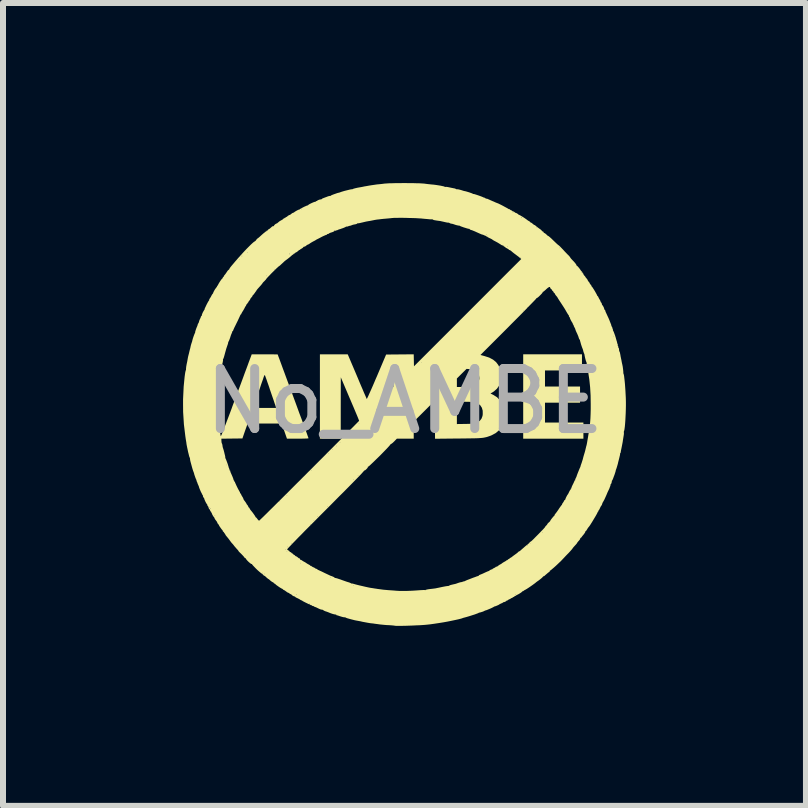
<source format=kicad_pcb>
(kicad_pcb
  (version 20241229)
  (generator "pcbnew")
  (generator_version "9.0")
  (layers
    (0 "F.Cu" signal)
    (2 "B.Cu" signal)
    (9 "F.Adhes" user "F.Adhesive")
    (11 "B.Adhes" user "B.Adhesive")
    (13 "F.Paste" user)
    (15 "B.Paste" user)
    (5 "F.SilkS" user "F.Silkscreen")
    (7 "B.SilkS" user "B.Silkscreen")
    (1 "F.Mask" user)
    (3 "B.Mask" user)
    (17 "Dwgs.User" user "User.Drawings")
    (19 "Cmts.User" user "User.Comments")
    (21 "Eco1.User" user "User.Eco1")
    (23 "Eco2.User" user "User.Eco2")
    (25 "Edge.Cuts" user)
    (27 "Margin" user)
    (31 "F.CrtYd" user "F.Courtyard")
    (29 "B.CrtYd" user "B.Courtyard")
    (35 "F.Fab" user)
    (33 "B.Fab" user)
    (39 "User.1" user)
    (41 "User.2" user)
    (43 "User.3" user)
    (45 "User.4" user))
  (footprint "No_AMBE"
    (layer "F.Cu")
    (at 3.693 3.635)
    (property "Reference" "No_AMBE" (at 0 0 0) (unlocked yes) (layer "F.SilkS") (effects (font (size 1 1) (thickness 0.1))))
    (attr exclude_from_pos_files exclude_from_bom)
    (fp_poly (pts (xy 2.953 -0.647) (xy 2.953 -0.513) (xy 2.645 -0.513) (xy 2.337 -0.513) (xy 2.337 -0.379) (xy 2.337 -0.245) (xy 2.629 -0.245) (xy 2.921 -0.245) (xy 2.921 -0.111) (xy 2.921 0.024) (xy 2.629 0.024) (xy 2.337 0.024) (xy 2.337 0.189) (xy 2.337 0.355) (xy 2.657 0.355) (xy 2.977 0.355) (xy 2.977 0.49) (xy 2.977 0.624) (xy 2.475 0.624) (xy 1.974 0.624) (xy 1.974 -0.079) (xy 1.974 -0.782) (xy 2.463 -0.782) (xy 2.953 -0.782)) (stroke (width 0) (type solid)) (fill yes) (layer "F.SilkS"))
    (fp_poly (pts (xy 0.063 -3.634) (xy 0.131 -3.634) (xy 0.194 -3.632) (xy 0.25 -3.631) (xy 0.295 -3.628) (xy 0.328 -3.626) (xy 0.332 -3.625) (xy 0.369 -3.62) (xy 0.405 -3.616) (xy 0.434 -3.613) (xy 0.442 -3.612) (xy 0.478 -3.609) (xy 0.517 -3.604) (xy 0.557 -3.598) (xy 0.594 -3.592) (xy 0.627 -3.585) (xy 0.65 -3.58) (xy 0.662 -3.576) (xy 0.663 -3.575) (xy 0.67 -3.57) (xy 0.679 -3.571) (xy 0.695 -3.572) (xy 0.72 -3.568) (xy 0.74 -3.564) (xy 0.772 -3.557) (xy 0.803 -3.551) (xy 0.817 -3.548) (xy 0.838 -3.544) (xy 0.852 -3.537) (xy 0.854 -3.536) (xy 0.863 -3.531) (xy 0.867 -3.532) (xy 0.878 -3.532) (xy 0.899 -3.529) (xy 0.926 -3.522) (xy 0.954 -3.514) (xy 0.971 -3.508) (xy 0.989 -3.503) (xy 0.999 -3.501) (xy 1.018 -3.497) (xy 1.045 -3.489) (xy 1.075 -3.48) (xy 1.103 -3.47) (xy 1.125 -3.462) (xy 1.135 -3.456) (xy 1.143 -3.452) (xy 1.145 -3.453) (xy 1.152 -3.453) (xy 1.17 -3.448) (xy 1.195 -3.44) (xy 1.225 -3.43) (xy 1.256 -3.419) (xy 1.283 -3.409) (xy 1.304 -3.4) (xy 1.315 -3.395) (xy 1.315 -3.394) (xy 1.326 -3.391) (xy 1.329 -3.393) (xy 1.334 -3.392) (xy 1.334 -3.388) (xy 1.339 -3.382) (xy 1.342 -3.383) (xy 1.35 -3.382) (xy 1.35 -3.379) (xy 1.355 -3.374) (xy 1.357 -3.375) (xy 1.369 -3.375) (xy 1.386 -3.369) (xy 1.387 -3.368) (xy 1.41 -3.358) (xy 1.436 -3.346) (xy 1.437 -3.346) (xy 1.461 -3.335) (xy 1.491 -3.323) (xy 1.502 -3.317) (xy 1.524 -3.308) (xy 1.539 -3.302) (xy 1.544 -3.3) (xy 1.554 -3.297) (xy 1.574 -3.287) (xy 1.601 -3.274) (xy 1.632 -3.258) (xy 1.663 -3.241) (xy 1.691 -3.226) (xy 1.713 -3.214) (xy 1.724 -3.207) (xy 1.725 -3.206) (xy 1.734 -3.201) (xy 1.737 -3.201) (xy 1.746 -3.2) (xy 1.753 -3.194) (xy 1.766 -3.184) (xy 1.773 -3.182) (xy 1.786 -3.176) (xy 1.792 -3.17) (xy 1.803 -3.162) (xy 1.808 -3.162) (xy 1.817 -3.16) (xy 1.831 -3.15) (xy 1.842 -3.14) (xy 1.848 -3.139) (xy 1.848 -3.139) (xy 1.853 -3.138) (xy 1.868 -3.131) (xy 1.871 -3.129) (xy 1.887 -3.119) (xy 1.895 -3.111) (xy 1.895 -3.11) (xy 1.901 -3.106) (xy 1.905 -3.106) (xy 1.915 -3.101) (xy 1.934 -3.091) (xy 1.959 -3.076) (xy 1.986 -3.059) (xy 2.011 -3.042) (xy 2.032 -3.027) (xy 2.044 -3.018) (xy 2.045 -3.017) (xy 2.054 -3.01) (xy 2.071 -3.001) (xy 2.086 -2.991) (xy 2.092 -2.983) (xy 2.092 -2.983) (xy 2.098 -2.977) (xy 2.101 -2.977) (xy 2.113 -2.972) (xy 2.12 -2.967) (xy 2.141 -2.949) (xy 2.154 -2.939) (xy 2.161 -2.937) (xy 2.171 -2.932) (xy 2.186 -2.92) (xy 2.192 -2.915) (xy 2.214 -2.897) (xy 2.24 -2.878) (xy 2.249 -2.872) (xy 2.268 -2.858) (xy 2.28 -2.847) (xy 2.282 -2.843) (xy 2.288 -2.836) (xy 2.298 -2.832) (xy 2.31 -2.824) (xy 2.313 -2.816) (xy 2.319 -2.805) (xy 2.325 -2.803) (xy 2.337 -2.798) (xy 2.354 -2.784) (xy 2.362 -2.777) (xy 2.377 -2.762) (xy 2.388 -2.754) (xy 2.39 -2.754) (xy 2.398 -2.75) (xy 2.415 -2.736) (xy 2.442 -2.712) (xy 2.476 -2.679) (xy 2.501 -2.655) (xy 2.526 -2.631) (xy 2.547 -2.612) (xy 2.561 -2.6) (xy 2.566 -2.598) (xy 2.573 -2.592) (xy 2.589 -2.577) (xy 2.61 -2.555) (xy 2.636 -2.528) (xy 2.638 -2.526) (xy 2.666 -2.495) (xy 2.693 -2.467) (xy 2.716 -2.443) (xy 2.73 -2.43) (xy 2.745 -2.413) (xy 2.755 -2.401) (xy 2.756 -2.398) (xy 2.761 -2.389) (xy 2.774 -2.373) (xy 2.785 -2.361) (xy 2.815 -2.33) (xy 2.839 -2.303) (xy 2.855 -2.281) (xy 2.862 -2.268) (xy 2.861 -2.265) (xy 2.862 -2.26) (xy 2.865 -2.26) (xy 2.873 -2.255) (xy 2.887 -2.241) (xy 2.905 -2.22) (xy 2.923 -2.196) (xy 2.933 -2.18) (xy 2.945 -2.166) (xy 2.951 -2.161) (xy 2.96 -2.148) (xy 2.961 -2.143) (xy 2.965 -2.133) (xy 2.969 -2.132) (xy 2.976 -2.125) (xy 2.977 -2.12) (xy 2.982 -2.106) (xy 2.992 -2.094) (xy 3.004 -2.082) (xy 3.008 -2.075) (xy 3.013 -2.066) (xy 3.025 -2.051) (xy 3.028 -2.048) (xy 3.041 -2.032) (xy 3.048 -2.019) (xy 3.048 -2.018) (xy 3.053 -2.007) (xy 3.065 -1.991) (xy 3.067 -1.988) (xy 3.079 -1.974) (xy 3.083 -1.965) (xy 3.083 -1.964) (xy 3.085 -1.957) (xy 3.095 -1.946) (xy 3.107 -1.932) (xy 3.111 -1.922) (xy 3.115 -1.911) (xy 3.118 -1.909) (xy 3.125 -1.902) (xy 3.137 -1.884) (xy 3.153 -1.859) (xy 3.17 -1.831) (xy 3.185 -1.804) (xy 3.198 -1.781) (xy 3.205 -1.766) (xy 3.206 -1.762) (xy 3.211 -1.753) (xy 3.213 -1.753) (xy 3.221 -1.746) (xy 3.226 -1.735) (xy 3.234 -1.717) (xy 3.247 -1.695) (xy 3.25 -1.69) (xy 3.26 -1.672) (xy 3.264 -1.659) (xy 3.264 -1.657) (xy 3.266 -1.65) (xy 3.268 -1.65) (xy 3.275 -1.644) (xy 3.282 -1.63) (xy 3.286 -1.616) (xy 3.285 -1.612) (xy 3.289 -1.605) (xy 3.291 -1.604) (xy 3.3 -1.592) (xy 3.312 -1.572) (xy 3.321 -1.551) (xy 3.324 -1.536) (xy 3.328 -1.525) (xy 3.332 -1.524) (xy 3.339 -1.519) (xy 3.339 -1.518) (xy 3.341 -1.508) (xy 3.348 -1.487) (xy 3.363 -1.455) (xy 3.384 -1.409) (xy 3.389 -1.399) (xy 3.401 -1.372) (xy 3.41 -1.351) (xy 3.414 -1.34) (xy 3.414 -1.339) (xy 3.419 -1.327) (xy 3.427 -1.307) (xy 3.429 -1.301) (xy 3.438 -1.28) (xy 3.442 -1.264) (xy 3.442 -1.261) (xy 3.448 -1.246) (xy 3.45 -1.243) (xy 3.458 -1.229) (xy 3.46 -1.22) (xy 3.465 -1.202) (xy 3.469 -1.194) (xy 3.471 -1.185) (xy 3.469 -1.184) (xy 3.468 -1.181) (xy 3.471 -1.178) (xy 3.476 -1.169) (xy 3.485 -1.149) (xy 3.495 -1.121) (xy 3.506 -1.091) (xy 3.515 -1.061) (xy 3.522 -1.035) (xy 3.525 -1.026) (xy 3.53 -1.008) (xy 3.532 -1.003) (xy 3.537 -0.985) (xy 3.539 -0.975) (xy 3.544 -0.957) (xy 3.548 -0.949) (xy 3.551 -0.936) (xy 3.549 -0.932) (xy 3.55 -0.922) (xy 3.553 -0.92) (xy 3.559 -0.909) (xy 3.558 -0.904) (xy 3.559 -0.893) (xy 3.562 -0.89) (xy 3.568 -0.882) (xy 3.571 -0.863) (xy 3.571 -0.858) (xy 3.573 -0.839) (xy 3.576 -0.829) (xy 3.577 -0.829) (xy 3.582 -0.822) (xy 3.587 -0.802) (xy 3.593 -0.772) (xy 3.597 -0.746) (xy 3.6 -0.733) (xy 3.603 -0.718) (xy 3.608 -0.695) (xy 3.612 -0.675) (xy 3.616 -0.652) (xy 3.622 -0.624) (xy 3.624 -0.617) (xy 3.632 -0.577) (xy 3.638 -0.532) (xy 3.642 -0.49) (xy 3.642 -0.478) (xy 3.644 -0.46) (xy 3.648 -0.45) (xy 3.651 -0.441) (xy 3.655 -0.418) (xy 3.659 -0.383) (xy 3.664 -0.34) (xy 3.669 -0.289) (xy 3.673 -0.234) (xy 3.677 -0.176) (xy 3.68 -0.119) (xy 3.683 -0.063) (xy 3.684 -0.036) (xy 3.685 0.015) (xy 3.685 0.072) (xy 3.684 0.132) (xy 3.682 0.194) (xy 3.679 0.256) (xy 3.676 0.315) (xy 3.672 0.37) (xy 3.668 0.417) (xy 3.663 0.455) (xy 3.659 0.482) (xy 3.654 0.495) (xy 3.654 0.495) (xy 3.65 0.51) (xy 3.651 0.519) (xy 3.652 0.535) (xy 3.65 0.56) (xy 3.647 0.577) (xy 3.642 0.609) (xy 3.637 0.64) (xy 3.635 0.652) (xy 3.632 0.675) (xy 3.626 0.707) (xy 3.619 0.743) (xy 3.616 0.759) (xy 3.609 0.793) (xy 3.603 0.821) (xy 3.6 0.841) (xy 3.599 0.847) (xy 3.596 0.861) (xy 3.592 0.865) (xy 3.587 0.873) (xy 3.588 0.876) (xy 3.588 0.885) (xy 3.584 0.906) (xy 3.577 0.934) (xy 3.576 0.94) (xy 3.568 0.971) (xy 3.561 0.999) (xy 3.556 1.017) (xy 3.556 1.019) (xy 3.551 1.041) (xy 3.543 1.069) (xy 3.535 1.096) (xy 3.528 1.119) (xy 3.523 1.132) (xy 3.523 1.133) (xy 3.517 1.147) (xy 3.516 1.155) (xy 3.512 1.172) (xy 3.504 1.198) (xy 3.494 1.228) (xy 3.482 1.259) (xy 3.472 1.287) (xy 3.463 1.308) (xy 3.457 1.319) (xy 3.457 1.319) (xy 3.45 1.328) (xy 3.45 1.329) (xy 3.45 1.343) (xy 3.445 1.361) (xy 3.439 1.376) (xy 3.433 1.382) (xy 3.429 1.386) (xy 3.429 1.388) (xy 3.429 1.398) (xy 3.424 1.416) (xy 3.422 1.419) (xy 3.415 1.438) (xy 3.411 1.45) (xy 3.41 1.451) (xy 3.406 1.462) (xy 3.399 1.476) (xy 3.389 1.497) (xy 3.377 1.522) (xy 3.375 1.528) (xy 3.359 1.566) (xy 3.342 1.604) (xy 3.327 1.637) (xy 3.313 1.663) (xy 3.304 1.678) (xy 3.303 1.68) (xy 3.295 1.694) (xy 3.289 1.713) (xy 3.283 1.73) (xy 3.278 1.737) (xy 3.278 1.737) (xy 3.272 1.744) (xy 3.262 1.761) (xy 3.253 1.781) (xy 3.242 1.804) (xy 3.232 1.819) (xy 3.227 1.824) (xy 3.224 1.829) (xy 3.225 1.832) (xy 3.225 1.839) (xy 3.222 1.84) (xy 3.215 1.844) (xy 3.215 1.846) (xy 3.212 1.855) (xy 3.201 1.877) (xy 3.182 1.911) (xy 3.155 1.956) (xy 3.122 2.011) (xy 3.103 2.041) (xy 3.09 2.062) (xy 3.079 2.078) (xy 3.076 2.082) (xy 3.059 2.103) (xy 3.048 2.118) (xy 3.038 2.136) (xy 3.036 2.138) (xy 3.026 2.155) (xy 3.016 2.163) (xy 3.015 2.163) (xy 3.009 2.167) (xy 3.011 2.169) (xy 3.009 2.177) (xy 3 2.194) (xy 2.985 2.215) (xy 2.968 2.236) (xy 2.965 2.239) (xy 2.954 2.253) (xy 2.946 2.265) (xy 2.935 2.276) (xy 2.928 2.277) (xy 2.924 2.279) (xy 2.926 2.284) (xy 2.923 2.295) (xy 2.911 2.313) (xy 2.902 2.323) (xy 2.886 2.341) (xy 2.876 2.354) (xy 2.874 2.358) (xy 2.869 2.367) (xy 2.856 2.383) (xy 2.837 2.404) (xy 2.834 2.407) (xy 2.815 2.428) (xy 2.801 2.445) (xy 2.795 2.454) (xy 2.795 2.455) (xy 2.79 2.462) (xy 2.775 2.479) (xy 2.754 2.503) (xy 2.727 2.532) (xy 2.71 2.549) (xy 2.68 2.58) (xy 2.654 2.608) (xy 2.633 2.63) (xy 2.62 2.644) (xy 2.617 2.647) (xy 2.599 2.666) (xy 2.574 2.689) (xy 2.546 2.716) (xy 2.516 2.744) (xy 2.487 2.77) (xy 2.461 2.792) (xy 2.441 2.809) (xy 2.429 2.818) (xy 2.427 2.819) (xy 2.417 2.825) (xy 2.416 2.831) (xy 2.413 2.841) (xy 2.41 2.843) (xy 2.401 2.848) (xy 2.385 2.86) (xy 2.369 2.874) (xy 2.343 2.896) (xy 2.328 2.91) (xy 2.318 2.916) (xy 2.313 2.918) (xy 2.31 2.916) (xy 2.306 2.917) (xy 2.306 2.92) (xy 2.299 2.929) (xy 2.283 2.945) (xy 2.26 2.964) (xy 2.233 2.985) (xy 2.211 3) (xy 2.192 3.014) (xy 2.173 3.03) (xy 2.154 3.044) (xy 2.128 3.063) (xy 2.098 3.084) (xy 2.067 3.105) (xy 2.038 3.124) (xy 2.013 3.139) (xy 1.996 3.148) (xy 1.991 3.15) (xy 1.982 3.156) (xy 1.982 3.159) (xy 1.977 3.164) (xy 1.974 3.162) (xy 1.965 3.164) (xy 1.961 3.169) (xy 1.95 3.179) (xy 1.931 3.193) (xy 1.907 3.208) (xy 1.884 3.221) (xy 1.869 3.227) (xy 1.858 3.234) (xy 1.855 3.239) (xy 1.851 3.243) (xy 1.848 3.242) (xy 1.838 3.243) (xy 1.832 3.249) (xy 1.82 3.259) (xy 1.814 3.261) (xy 1.803 3.266) (xy 1.795 3.273) (xy 1.783 3.281) (xy 1.776 3.28) (xy 1.769 3.281) (xy 1.769 3.284) (xy 1.762 3.292) (xy 1.749 3.297) (xy 1.73 3.305) (xy 1.721 3.313) (xy 1.71 3.32) (xy 1.705 3.32) (xy 1.698 3.32) (xy 1.698 3.323) (xy 1.691 3.33) (xy 1.676 3.339) (xy 1.659 3.346) (xy 1.647 3.348) (xy 1.646 3.348) (xy 1.638 3.352) (xy 1.63 3.359) (xy 1.617 3.367) (xy 1.61 3.367) (xy 1.603 3.368) (xy 1.603 3.371) (xy 1.598 3.377) (xy 1.595 3.375) (xy 1.588 3.375) (xy 1.587 3.377) (xy 1.58 3.383) (xy 1.564 3.393) (xy 1.542 3.403) (xy 1.52 3.412) (xy 1.503 3.418) (xy 1.495 3.419) (xy 1.487 3.423) (xy 1.485 3.425) (xy 1.477 3.43) (xy 1.457 3.44) (xy 1.432 3.452) (xy 1.403 3.464) (xy 1.377 3.475) (xy 1.356 3.483) (xy 1.346 3.485) (xy 1.334 3.49) (xy 1.319 3.497) (xy 1.304 3.505) (xy 1.299 3.506) (xy 1.292 3.508) (xy 1.277 3.513) (xy 1.277 3.513) (xy 1.257 3.519) (xy 1.245 3.521) (xy 1.23 3.526) (xy 1.227 3.529) (xy 1.218 3.533) (xy 1.196 3.541) (xy 1.167 3.552) (xy 1.132 3.563) (xy 1.095 3.575) (xy 1.059 3.586) (xy 1.028 3.595) (xy 1.006 3.601) (xy 0.999 3.603) (xy 0.979 3.608) (xy 0.971 3.611) (xy 0.942 3.621) (xy 0.899 3.632) (xy 0.845 3.644) (xy 0.783 3.657) (xy 0.714 3.671) (xy 0.642 3.684) (xy 0.567 3.696) (xy 0.494 3.707) (xy 0.423 3.717) (xy 0.367 3.723) (xy 0.335 3.726) (xy 0.294 3.729) (xy 0.245 3.732) (xy 0.191 3.734) (xy 0.134 3.737) (xy 0.076 3.739) (xy 0.019 3.741) (xy -0.033 3.742) (xy -0.08 3.743) (xy -0.119 3.743) (xy -0.147 3.742) (xy -0.163 3.741) (xy -0.166 3.74) (xy -0.175 3.738) (xy -0.196 3.736) (xy -0.227 3.733) (xy -0.261 3.731) (xy -0.305 3.729) (xy -0.35 3.725) (xy -0.39 3.721) (xy -0.411 3.719) (xy -0.453 3.713) (xy -0.484 3.709) (xy -0.507 3.706) (xy -0.525 3.703) (xy -0.543 3.701) (xy -0.557 3.7) (xy -0.586 3.696) (xy -0.626 3.689) (xy -0.669 3.681) (xy -0.711 3.673) (xy -0.734 3.667) (xy -0.757 3.663) (xy -0.778 3.659) (xy -0.801 3.655) (xy -0.832 3.649) (xy -0.867 3.64) (xy -0.902 3.631) (xy -0.934 3.622) (xy -0.959 3.615) (xy -0.975 3.609) (xy -0.978 3.607) (xy -0.987 3.602) (xy -1.001 3.6) (xy -1.021 3.598) (xy -1.049 3.591) (xy -1.088 3.579) (xy -1.113 3.57) (xy -1.127 3.567) (xy -1.131 3.568) (xy -1.137 3.563) (xy -1.137 3.561) (xy -1.144 3.555) (xy -1.156 3.553) (xy -1.176 3.55) (xy -1.205 3.542) (xy -1.237 3.531) (xy -1.259 3.522) (xy -1.276 3.515) (xy -1.3 3.506) (xy -1.317 3.501) (xy -1.339 3.492) (xy -1.354 3.484) (xy -1.358 3.48) (xy -1.363 3.475) (xy -1.364 3.475) (xy -1.374 3.474) (xy -1.384 3.472) (xy -1.396 3.47) (xy -1.413 3.464) (xy -1.437 3.453) (xy -1.451 3.446) (xy -1.474 3.435) (xy -1.492 3.428) (xy -1.498 3.427) (xy -1.507 3.423) (xy -1.508 3.42) (xy -1.515 3.415) (xy -1.526 3.413) (xy -1.541 3.409) (xy -1.546 3.403) (xy -1.553 3.398) (xy -1.555 3.399) (xy -1.565 3.397) (xy -1.575 3.391) (xy -1.584 3.383) (xy -1.587 3.383) (xy -1.593 3.382) (xy -1.61 3.375) (xy -1.626 3.367) (xy -1.595 3.367) (xy -1.591 3.371) (xy -1.587 3.367) (xy -1.591 3.364) (xy -1.595 3.367) (xy -1.626 3.367) (xy -1.632 3.364) (xy -1.657 3.352) (xy -1.68 3.34) (xy -1.698 3.331) (xy -1.705 3.325) (xy -1.716 3.319) (xy -1.721 3.317) (xy -1.737 3.31) (xy -1.745 3.304) (xy -1.759 3.295) (xy -1.782 3.284) (xy -1.79 3.28) (xy -1.81 3.271) (xy -1.822 3.263) (xy -1.824 3.26) (xy -1.829 3.254) (xy -1.83 3.254) (xy -1.841 3.252) (xy -1.857 3.245) (xy -1.872 3.236) (xy -1.879 3.229) (xy -1.879 3.229) (xy -1.883 3.225) (xy -1.808 3.225) (xy -1.804 3.229) (xy -1.8 3.225) (xy 1.84 3.225) (xy 1.844 3.229) (xy 1.848 3.225) (xy 1.844 3.221) (xy 1.84 3.225) (xy -1.8 3.225) (xy -1.804 3.221) (xy -1.808 3.225) (xy -1.883 3.225) (xy -1.886 3.222) (xy -1.901 3.214) (xy -1.903 3.213) (xy -1.919 3.205) (xy -1.926 3.197) (xy -1.927 3.196) (xy -1.931 3.192) (xy -1.933 3.193) (xy -1.943 3.191) (xy -1.96 3.181) (xy -1.975 3.17) (xy -1.996 3.155) (xy -2.012 3.145) (xy -2.019 3.143) (xy -2.028 3.137) (xy -2.029 3.135) (xy -2.035 3.127) (xy -2.037 3.127) (xy -2.048 3.122) (xy -2.066 3.112) (xy -2.09 3.097) (xy -2.114 3.08) (xy -2.132 3.067) (xy -0.861 3.067) (xy -0.857 3.071) (xy -0.853 3.067) (xy -0.857 3.063) (xy -0.861 3.067) (xy -2.132 3.067) (xy -2.136 3.065) (xy -2.151 3.052) (xy -2.155 3.047) (xy -2.162 3.04) (xy -2.166 3.04) (xy -2.179 3.033) (xy -2.182 3.028) (xy -2.192 3.017) (xy -2.197 3.016) (xy -2.208 3.011) (xy -2.226 2.998) (xy -2.235 2.991) (xy -2.252 2.976) (xy -2.263 2.966) (xy -2.266 2.965) (xy -2.276 2.959) (xy -2.294 2.945) (xy -2.307 2.933) (xy -1.24 2.933) (xy -1.236 2.937) (xy -1.232 2.933) (xy -1.236 2.929) (xy -1.24 2.933) (xy -2.307 2.933) (xy -2.315 2.925) (xy -2.317 2.923) (xy -2.332 2.911) (xy -2.344 2.906) (xy -2.344 2.906) (xy -2.352 2.901) (xy -2.353 2.899) (xy -2.359 2.891) (xy -2.374 2.878) (xy -2.374 2.878) (xy -2.345 2.878) (xy -2.341 2.882) (xy -2.337 2.878) (xy -2.341 2.874) (xy -2.345 2.878) (xy -2.374 2.878) (xy -2.382 2.872) (xy -2.396 2.862) (xy -2.369 2.862) (xy -2.365 2.866) (xy -2.361 2.862) (xy -2.365 2.858) (xy -2.369 2.862) (xy -2.396 2.862) (xy -2.401 2.858) (xy -2.426 2.837) (xy -2.453 2.813) (xy -2.48 2.787) (xy -2.505 2.761) (xy -2.526 2.739) (xy -2.54 2.723) (xy -2.544 2.715) (xy -2.547 2.711) (xy -2.55 2.712) (xy -2.559 2.71) (xy -2.576 2.698) (xy -2.578 2.696) (xy -1.737 2.696) (xy -1.733 2.7) (xy -1.729 2.696) (xy -1.733 2.692) (xy -1.737 2.696) (xy -2.578 2.696) (xy -2.596 2.681) (xy -2.616 2.662) (xy -2.634 2.642) (xy -2.645 2.627) (xy -2.648 2.619) (xy -2.648 2.615) (xy -2.651 2.616) (xy -2.661 2.614) (xy -2.67 2.604) (xy -2.68 2.59) (xy -2.698 2.57) (xy -2.721 2.546) (xy -2.727 2.54) (xy -2.748 2.52) (xy -2.761 2.507) (xy -1.966 2.507) (xy -1.962 2.511) (xy -1.958 2.507) (xy -1.962 2.503) (xy -1.966 2.507) (xy -2.761 2.507) (xy -2.763 2.504) (xy -2.77 2.496) (xy -2.77 2.495) (xy -2.772 2.49) (xy -2.782 2.477) (xy -2.784 2.475) (xy -1.99 2.475) (xy -1.986 2.479) (xy -1.982 2.475) (xy -1.986 2.471) (xy -1.99 2.475) (xy -2.784 2.475) (xy -2.792 2.467) (xy -1.958 2.467) (xy -1.952 2.478) (xy -1.942 2.483) (xy -1.926 2.494) (xy -1.918 2.504) (xy -1.909 2.514) (xy -1.902 2.514) (xy -1.894 2.516) (xy -1.89 2.522) (xy -1.881 2.533) (xy -1.875 2.534) (xy -1.864 2.541) (xy -1.86 2.546) (xy -1.85 2.557) (xy -1.845 2.558) (xy -1.832 2.565) (xy -1.829 2.57) (xy -1.819 2.58) (xy -1.813 2.582) (xy -1.801 2.587) (xy -1.784 2.599) (xy -1.782 2.601) (xy -1.768 2.613) (xy -1.761 2.617) (xy -1.761 2.616) (xy -1.756 2.616) (xy -1.749 2.621) (xy -1.741 2.633) (xy -1.742 2.639) (xy -1.742 2.644) (xy -1.739 2.642) (xy -1.728 2.643) (xy -1.712 2.652) (xy -1.695 2.664) (xy -1.682 2.671) (xy -1.665 2.68) (xy -1.647 2.691) (xy -1.635 2.7) (xy -1.634 2.7) (xy -1.625 2.706) (xy -1.608 2.716) (xy -1.601 2.719) (xy -1.582 2.73) (xy -1.572 2.739) (xy -1.571 2.741) (xy -1.566 2.745) (xy -1.563 2.744) (xy -1.556 2.743) (xy -1.555 2.746) (xy -1.549 2.752) (xy -1.532 2.762) (xy -1.52 2.767) (xy -1.499 2.777) (xy -1.486 2.786) (xy -1.484 2.789) (xy -1.48 2.793) (xy -1.477 2.791) (xy -1.466 2.793) (xy -1.458 2.799) (xy -1.447 2.809) (xy -1.442 2.811) (xy -1.434 2.814) (xy -1.415 2.823) (xy -1.386 2.836) (xy -1.351 2.853) (xy -1.337 2.86) (xy -1.301 2.877) (xy -1.269 2.892) (xy -1.246 2.903) (xy -1.233 2.909) (xy -1.232 2.909) (xy -1.212 2.916) (xy -1.192 2.924) (xy -1.175 2.933) (xy -1.169 2.939) (xy -1.169 2.939) (xy -1.163 2.944) (xy -1.163 2.944) (xy -1.153 2.945) (xy -1.142 2.947) (xy -1.136 2.949) (xy -1.124 2.952) (xy -1.101 2.96) (xy -1.07 2.97) (xy -1.046 2.979) (xy -1.009 2.992) (xy -0.975 3.004) (xy -0.947 3.013) (xy -0.936 3.016) (xy -0.913 3.024) (xy -0.897 3.032) (xy -0.894 3.034) (xy -0.886 3.038) (xy -0.884 3.037) (xy -0.878 3.037) (xy -0.86 3.04) (xy -0.844 3.045) (xy -0.819 3.052) (xy -0.784 3.061) (xy -0.743 3.071) (xy -0.699 3.081) (xy -0.657 3.091) (xy -0.62 3.099) (xy -0.592 3.105) (xy -0.58 3.107) (xy -0.564 3.11) (xy -0.535 3.114) (xy -0.499 3.12) (xy -0.458 3.126) (xy -0.454 3.127) (xy -0.407 3.133) (xy -0.356 3.14) (xy -0.309 3.144) (xy -0.276 3.147) (xy -0.235 3.15) (xy -0.192 3.153) (xy -0.154 3.156) (xy -0.146 3.157) (xy -0.094 3.16) (xy -0.03 3.161) (xy 0.043 3.16) (xy 0.122 3.157) (xy 0.202 3.152) (xy 0.215 3.151) (xy 0.257 3.148) (xy 0.293 3.146) (xy 0.321 3.145) (xy 0.337 3.146) (xy 0.34 3.147) (xy 0.347 3.147) (xy 0.347 3.144) (xy 0.355 3.141) (xy 0.374 3.136) (xy 0.403 3.131) (xy 0.429 3.128) (xy 0.464 3.124) (xy 0.495 3.12) (xy 0.517 3.117) (xy 0.525 3.115) (xy 0.539 3.112) (xy 0.565 3.107) (xy 0.597 3.1) (xy 0.62 3.095) (xy 0.656 3.088) (xy 0.688 3.082) (xy 0.712 3.079) (xy 0.72 3.078) (xy 0.736 3.076) (xy 0.742 3.072) (xy 0.749 3.067) (xy 0.768 3.061) (xy 0.792 3.055) (xy 0.818 3.049) (xy 0.837 3.045) (xy 0.845 3.043) (xy 0.855 3.04) (xy 0.861 3.038) (xy 0.891 3.027) (xy 0.92 3.018) (xy 0.943 3.013) (xy 0.956 3.012) (xy 0.956 3.013) (xy 0.963 3.011) (xy 0.963 3.008) (xy 0.969 3.002) (xy 0.974 3.003) (xy 0.989 3.002) (xy 1 2.997) (xy 1.013 2.991) (xy 1.037 2.98) (xy 1.069 2.968) (xy 1.105 2.954) (xy 1.141 2.94) (xy 1.173 2.929) (xy 1.196 2.92) (xy 1.208 2.916) (xy 1.208 2.916) (xy 1.222 2.912) (xy 1.226 2.912) (xy 1.232 2.908) (xy 1.232 2.906) (xy 1.238 2.898) (xy 1.249 2.893) (xy 1.264 2.887) (xy 1.289 2.877) (xy 1.32 2.863) (xy 1.332 2.857) (xy 1.361 2.844) (xy 1.384 2.834) (xy 1.398 2.829) (xy 1.4 2.829) (xy 1.407 2.825) (xy 1.416 2.817) (xy 1.43 2.808) (xy 1.438 2.807) (xy 1.444 2.806) (xy 1.445 2.803) (xy 1.45 2.798) (xy 1.453 2.799) (xy 1.46 2.799) (xy 1.461 2.797) (xy 1.467 2.79) (xy 1.484 2.781) (xy 1.488 2.779) (xy 1.506 2.77) (xy 1.516 2.762) (xy 1.516 2.761) (xy 1.517 2.759) (xy 1.548 2.759) (xy 1.551 2.763) (xy 1.555 2.759) (xy 1.551 2.756) (xy 1.548 2.759) (xy 1.517 2.759) (xy 1.52 2.757) (xy 1.521 2.758) (xy 1.53 2.757) (xy 1.546 2.748) (xy 1.558 2.74) (xy 1.578 2.726) (xy 1.592 2.718) (xy 1.597 2.716) (xy 1.607 2.711) (xy 1.619 2.701) (xy 1.636 2.689) (xy 1.66 2.675) (xy 1.666 2.672) (xy 1.685 2.661) (xy 1.696 2.653) (xy 1.697 2.65) (xy 1.702 2.647) (xy 1.705 2.648) (xy 1.713 2.646) (xy 1.716 2.641) (xy 1.727 2.631) (xy 1.733 2.629) (xy 1.743 2.625) (xy 1.745 2.622) (xy 1.751 2.614) (xy 1.759 2.61) (xy 1.776 2.601) (xy 1.789 2.591) (xy 1.804 2.579) (xy 1.826 2.563) (xy 1.844 2.55) (xy 1.866 2.534) (xy 1.883 2.52) (xy 1.889 2.513) (xy 1.899 2.504) (xy 1.903 2.503) (xy 1.914 2.498) (xy 1.926 2.489) (xy 1.954 2.464) (xy 1.983 2.439) (xy 2.009 2.416) (xy 2.024 2.404) (xy 2.037 2.404) (xy 2.041 2.408) (xy 2.045 2.404) (xy 2.041 2.4) (xy 2.037 2.404) (xy 2.024 2.404) (xy 2.03 2.399) (xy 2.043 2.389) (xy 2.044 2.389) (xy 2.057 2.378) (xy 2.07 2.365) (xy 2.084 2.365) (xy 2.088 2.369) (xy 2.092 2.365) (xy 2.088 2.361) (xy 2.084 2.365) (xy 2.07 2.365) (xy 2.073 2.362) (xy 2.075 2.359) (xy 2.089 2.345) (xy 2.099 2.337) (xy 2.101 2.337) (xy 2.107 2.333) (xy 2.123 2.319) (xy 2.147 2.296) (xy 2.18 2.262) (xy 2.223 2.219) (xy 2.258 2.183) (xy 2.29 2.183) (xy 2.294 2.187) (xy 2.298 2.183) (xy 2.294 2.179) (xy 2.29 2.183) (xy 2.258 2.183) (xy 2.276 2.164) (xy 2.302 2.138) (xy 2.321 2.117) (xy 2.335 2.101) (xy 2.34 2.093) (xy 2.34 2.092) (xy 2.342 2.088) (xy 2.352 2.076) (xy 2.356 2.073) (xy 2.37 2.058) (xy 2.376 2.048) (xy 2.377 2.046) (xy 2.382 2.037) (xy 2.396 2.023) (xy 2.401 2.019) (xy 2.416 2.005) (xy 2.424 1.996) (xy 2.424 1.994) (xy 2.428 1.985) (xy 2.439 1.969) (xy 2.454 1.949) (xy 2.47 1.93) (xy 2.482 1.916) (xy 2.489 1.911) (xy 2.495 1.904) (xy 2.495 1.901) (xy 2.5 1.888) (xy 2.512 1.872) (xy 2.513 1.871) (xy 2.525 1.856) (xy 2.543 1.831) (xy 2.563 1.802) (xy 2.569 1.792) (xy 2.587 1.766) (xy 2.602 1.745) (xy 2.612 1.732) (xy 2.615 1.73) (xy 2.621 1.721) (xy 2.621 1.718) (xy 2.626 1.705) (xy 2.637 1.69) (xy 2.648 1.674) (xy 2.653 1.662) (xy 2.659 1.651) (xy 2.665 1.647) (xy 2.674 1.64) (xy 2.675 1.637) (xy 2.678 1.627) (xy 2.685 1.609) (xy 2.696 1.587) (xy 2.706 1.568) (xy 2.714 1.556) (xy 2.715 1.555) (xy 2.721 1.547) (xy 2.731 1.528) (xy 2.739 1.51) (xy 2.751 1.488) (xy 2.76 1.473) (xy 2.765 1.469) (xy 2.769 1.464) (xy 2.767 1.461) (xy 2.769 1.453) (xy 2.772 1.453) (xy 2.778 1.45) (xy 2.777 1.448) (xy 2.778 1.439) (xy 2.785 1.42) (xy 2.797 1.394) (xy 2.801 1.387) (xy 2.814 1.36) (xy 2.824 1.338) (xy 2.828 1.326) (xy 2.828 1.324) (xy 2.833 1.319) (xy 2.836 1.319) (xy 2.841 1.316) (xy 2.84 1.314) (xy 2.84 1.304) (xy 2.847 1.287) (xy 2.848 1.284) (xy 2.857 1.267) (xy 2.862 1.256) (xy 2.862 1.255) (xy 2.865 1.245) (xy 2.872 1.225) (xy 2.882 1.199) (xy 2.894 1.169) (xy 2.905 1.142) (xy 2.914 1.12) (xy 2.92 1.107) (xy 2.921 1.105) (xy 2.926 1.095) (xy 2.928 1.087) (xy 2.933 1.068) (xy 2.939 1.051) (xy 2.946 1.032) (xy 2.95 1.02) (xy 2.955 1.004) (xy 2.957 0.996) (xy 2.964 0.977) (xy 2.966 0.968) (xy 2.97 0.954) (xy 2.976 0.929) (xy 2.985 0.898) (xy 2.989 0.885) (xy 2.999 0.852) (xy 3.007 0.823) (xy 3.012 0.802) (xy 3.013 0.797) (xy 3.018 0.777) (xy 3.024 0.751) (xy 3.026 0.746) (xy 3.032 0.722) (xy 3.036 0.702) (xy 3.036 0.699) (xy 3.039 0.686) (xy 3.043 0.66) (xy 3.049 0.626) (xy 3.056 0.585) (xy 3.059 0.565) (xy 3.072 0.489) (xy 3.081 0.42) (xy 3.089 0.354) (xy 3.094 0.285) (xy 3.097 0.212) (xy 3.099 0.129) (xy 3.099 0.051) (xy 3.097 -0.097) (xy 3.089 -0.233) (xy 3.076 -0.358) (xy 3.058 -0.477) (xy 3.055 -0.492) (xy 3.052 -0.515) (xy 3.051 -0.533) (xy 3.052 -0.537) (xy 3.05 -0.547) (xy 3.048 -0.548) (xy 3.042 -0.559) (xy 3.041 -0.567) (xy 3.039 -0.584) (xy 3.036 -0.604) (xy 3.032 -0.625) (xy 3.031 -0.64) (xy 3.026 -0.655) (xy 3.024 -0.659) (xy 3.019 -0.671) (xy 3.013 -0.693) (xy 3.006 -0.72) (xy 3 -0.747) (xy 2.996 -0.769) (xy 2.996 -0.769) (xy 2.994 -0.783) (xy 2.992 -0.788) (xy 2.989 -0.795) (xy 2.984 -0.807) (xy 2.982 -0.813) (xy 2.976 -0.831) (xy 2.974 -0.841) (xy 2.969 -0.86) (xy 2.966 -0.869) (xy 2.957 -0.891) (xy 2.947 -0.919) (xy 2.937 -0.95) (xy 2.929 -0.98) (xy 2.922 -1.004) (xy 2.919 -1.019) (xy 2.919 -1.022) (xy 2.918 -1.026) (xy 2.915 -1.026) (xy 2.908 -1.033) (xy 2.902 -1.05) (xy 2.901 -1.052) (xy 2.895 -1.072) (xy 2.89 -1.086) (xy 3.474 -1.086) (xy 3.478 -1.082) (xy 3.482 -1.086) (xy 3.478 -1.09) (xy 3.474 -1.086) (xy 2.89 -1.086) (xy 2.884 -1.1) (xy 2.871 -1.131) (xy 2.869 -1.134) (xy 2.856 -1.162) (xy 2.847 -1.184) (xy 2.843 -1.198) (xy 2.842 -1.199) (xy 2.839 -1.21) (xy 2.829 -1.229) (xy 2.826 -1.235) (xy 2.817 -1.252) (xy 2.814 -1.262) (xy 2.815 -1.263) (xy 2.814 -1.268) (xy 2.807 -1.276) (xy 2.799 -1.288) (xy 2.799 -1.295) (xy 2.798 -1.303) (xy 2.797 -1.304) (xy 2.79 -1.311) (xy 2.78 -1.328) (xy 2.769 -1.348) (xy 2.759 -1.368) (xy 2.753 -1.383) (xy 2.752 -1.39) (xy 2.752 -1.39) (xy 2.751 -1.394) (xy 2.744 -1.402) (xy 2.736 -1.414) (xy 2.736 -1.421) (xy 2.735 -1.43) (xy 2.733 -1.43) (xy 2.727 -1.438) (xy 2.715 -1.456) (xy 2.7 -1.481) (xy 2.696 -1.488) (xy 2.68 -1.516) (xy 2.678 -1.52) (xy 2.732 -1.52) (xy 2.736 -1.516) (xy 2.74 -1.52) (xy 2.736 -1.524) (xy 2.732 -1.52) (xy 2.678 -1.52) (xy 2.658 -1.553) (xy 2.632 -1.593) (xy 2.606 -1.633) (xy 2.604 -1.636) (xy 2.582 -1.669) (xy 2.564 -1.697) (xy 2.551 -1.718) (xy 2.545 -1.728) (xy 2.545 -1.729) (xy 2.543 -1.734) (xy 2.532 -1.747) (xy 2.526 -1.754) (xy 2.512 -1.771) (xy 2.504 -1.785) (xy 2.503 -1.788) (xy 2.497 -1.8) (xy 2.491 -1.803) (xy 2.481 -1.813) (xy 2.479 -1.819) (xy 2.473 -1.831) (xy 2.467 -1.835) (xy 2.457 -1.844) (xy 2.456 -1.849) (xy 2.449 -1.861) (xy 2.44 -1.869) (xy 2.427 -1.881) (xy 2.424 -1.89) (xy 2.42 -1.903) (xy 2.407 -1.903) (xy 2.385 -1.89) (xy 2.356 -1.865) (xy 2.355 -1.863) (xy 2.332 -1.843) (xy 2.314 -1.828) (xy 2.303 -1.822) (xy 2.301 -1.822) (xy 2.298 -1.823) (xy 2.3 -1.82) (xy 2.297 -1.811) (xy 2.285 -1.795) (xy 2.267 -1.776) (xy 2.247 -1.756) (xy 2.227 -1.737) (xy 2.21 -1.724) (xy 2.2 -1.719) (xy 2.199 -1.72) (xy 2.196 -1.72) (xy 2.196 -1.717) (xy 2.191 -1.71) (xy 2.176 -1.693) (xy 2.151 -1.667) (xy 2.117 -1.632) (xy 2.075 -1.589) (xy 2.027 -1.539) (xy 1.972 -1.483) (xy 1.911 -1.421) (xy 1.846 -1.356) (xy 1.776 -1.286) (xy 1.731 -1.24) (xy 1.262 -0.771) (xy 1.331 -0.752) (xy 1.408 -0.727) (xy 1.472 -0.693) (xy 1.522 -0.652) (xy 1.56 -0.602) (xy 1.586 -0.543) (xy 1.601 -0.474) (xy 1.602 -0.471) (xy 1.605 -0.393) (xy 1.595 -0.323) (xy 1.573 -0.261) (xy 1.537 -0.209) (xy 1.488 -0.165) (xy 1.462 -0.148) (xy 1.429 -0.129) (xy 1.479 -0.104) (xy 1.538 -0.067) (xy 1.586 -0.018) (xy 1.623 0.039) (xy 1.649 0.105) (xy 1.662 0.178) (xy 1.663 0.255) (xy 1.66 0.287) (xy 1.642 0.363) (xy 1.612 0.428) (xy 1.571 0.484) (xy 1.517 0.53) (xy 1.45 0.566) (xy 1.426 0.576) (xy 1.4 0.585) (xy 1.377 0.593) (xy 1.355 0.599) (xy 1.331 0.604) (xy 1.305 0.609) (xy 1.274 0.612) (xy 1.238 0.615) (xy 1.194 0.617) (xy 1.142 0.618) (xy 1.078 0.619) (xy 1.003 0.62) (xy 0.913 0.621) (xy 0.89 0.621) (xy 0.505 0.625) (xy 0.503 0.307) (xy 0.501 0.006) (xy 0.869 0.006) (xy 0.869 0.193) (xy 0.869 0.38) (xy 1.017 0.378) (xy 1.069 0.377) (xy 1.108 0.375) (xy 1.137 0.374) (xy 1.158 0.371) (xy 1.175 0.368) (xy 1.19 0.362) (xy 1.205 0.355) (xy 1.21 0.353) (xy 1.251 0.326) (xy 1.279 0.29) (xy 1.296 0.245) (xy 1.3 0.215) (xy 1.299 0.157) (xy 1.285 0.108) (xy 1.259 0.068) (xy 1.22 0.037) (xy 1.212 0.032) (xy 1.197 0.025) (xy 1.184 0.02) (xy 1.168 0.016) (xy 1.147 0.014) (xy 1.119 0.012) (xy 1.081 0.01) (xy 1.031 0.009) (xy 1.021 0.009) (xy 0.869 0.006) (xy 0.501 0.006) (xy 0.501 -0.01) (xy 0.326 0.165) (xy 0.15 0.34) (xy 0.15 0.482) (xy 0.15 0.624) (xy 0.01 0.624) (xy -0.131 0.624) (xy -0.177 0.671) (xy -0.199 0.692) (xy -0.218 0.707) (xy -0.23 0.713) (xy -0.232 0.713) (xy -0.236 0.712) (xy -0.235 0.715) (xy -0.238 0.722) (xy -0.252 0.738) (xy -0.274 0.763) (xy -0.302 0.793) (xy -0.336 0.828) (xy -0.373 0.866) (xy -0.412 0.906) (xy -0.452 0.945) (xy -0.491 0.983) (xy -0.526 1.017) (xy -0.558 1.047) (xy -0.583 1.071) (xy -0.602 1.086) (xy -0.611 1.092) (xy -0.611 1.092) (xy -0.616 1.091) (xy -0.614 1.094) (xy -0.615 1.103) (xy -0.625 1.117) (xy -0.64 1.133) (xy -0.656 1.147) (xy -0.669 1.155) (xy -0.674 1.155) (xy -0.679 1.154) (xy -0.677 1.157) (xy -0.681 1.163) (xy -0.696 1.18) (xy -0.719 1.206) (xy -0.751 1.24) (xy -0.79 1.28) (xy -0.835 1.326) (xy -0.885 1.377) (xy -0.939 1.432) (xy -0.955 1.448) (xy -1.015 1.509) (xy -1.085 1.578) (xy -1.161 1.655) (xy -1.241 1.736) (xy -1.324 1.819) (xy -1.407 1.902) (xy -1.487 1.983) (xy -1.564 2.06) (xy -1.598 2.094) (xy -1.661 2.157) (xy -1.719 2.217) (xy -1.774 2.272) (xy -1.823 2.323) (xy -1.866 2.367) (xy -1.902 2.405) (xy -1.93 2.434) (xy -1.949 2.455) (xy -1.958 2.466) (xy -1.958 2.467) (xy -2.792 2.467) (xy -2.794 2.465) (xy -2.815 2.441) (xy -2.826 2.428) (xy -1.958 2.428) (xy -1.954 2.432) (xy -1.95 2.428) (xy -1.954 2.424) (xy -1.958 2.428) (xy -2.826 2.428) (xy -2.836 2.417) (xy -2.842 2.409) (xy -2.858 2.388) (xy -2.872 2.372) (xy -2.875 2.37) (xy -2.879 2.365) (xy -1.895 2.365) (xy -1.891 2.369) (xy -1.887 2.365) (xy -1.891 2.361) (xy -1.895 2.365) (xy -2.879 2.365) (xy -2.887 2.356) (xy -2.903 2.335) (xy -2.91 2.325) (xy -2.927 2.302) (xy -2.939 2.286) (xy -2.949 2.274) (xy -2.961 2.259) (xy -2.969 2.25) (xy -2.983 2.232) (xy -2.991 2.217) (xy -2.992 2.213) (xy -2.997 2.204) (xy -3 2.203) (xy -3.007 2.197) (xy -3.008 2.192) (xy -3.015 2.18) (xy -3.02 2.176) (xy -3.031 2.166) (xy -3.032 2.16) (xy -3.036 2.148) (xy -3.038 2.146) (xy -3.046 2.139) (xy -3.058 2.123) (xy -3.073 2.102) (xy -3.086 2.083) (xy -3.094 2.069) (xy -3.095 2.065) (xy -3.1 2.056) (xy -3.106 2.049) (xy -1.579 2.049) (xy -1.575 2.053) (xy -1.571 2.049) (xy -1.575 2.045) (xy -1.579 2.049) (xy -3.106 2.049) (xy -3.111 2.043) (xy -3.121 2.03) (xy -3.123 2.022) (xy -3.126 2.013) (xy -3.136 1.998) (xy -3.143 1.989) (xy -3.159 1.968) (xy -3.169 1.949) (xy -3.171 1.944) (xy -3.177 1.93) (xy -3.181 1.927) (xy -3.188 1.92) (xy -3.197 1.905) (xy -3.2 1.899) (xy -3.166 1.899) (xy -3.162 1.903) (xy -3.158 1.899) (xy -3.162 1.895) (xy -3.166 1.899) (xy -3.2 1.899) (xy -3.207 1.886) (xy -3.214 1.869) (xy -3.215 1.861) (xy -3.219 1.856) (xy -3.222 1.855) (xy -3.227 1.851) (xy -3.225 1.848) (xy -3.226 1.84) (xy -3.229 1.84) (xy -3.237 1.833) (xy -3.242 1.82) (xy -3.248 1.805) (xy -3.253 1.8) (xy -3.26 1.794) (xy -3.264 1.784) (xy -3.245 1.784) (xy -3.242 1.791) (xy -3.24 1.79) (xy -3.239 1.78) (xy -3.24 1.779) (xy -3.245 1.78) (xy -3.245 1.784) (xy -3.264 1.784) (xy -3.266 1.78) (xy -3.27 1.767) (xy -3.27 1.765) (xy -3.261 1.765) (xy -3.257 1.769) (xy -3.253 1.765) (xy -3.257 1.761) (xy -3.261 1.765) (xy -3.27 1.765) (xy -3.27 1.762) (xy -3.273 1.756) (xy -3.28 1.748) (xy -3.288 1.736) (xy -3.289 1.729) (xy -3.29 1.721) (xy -3.291 1.72) (xy -3.299 1.711) (xy -3.31 1.693) (xy -3.322 1.67) (xy -3.332 1.647) (xy -3.339 1.629) (xy -3.34 1.623) (xy -3.344 1.612) (xy -3.348 1.611) (xy -3.353 1.606) (xy -3.352 1.603) (xy -3.353 1.596) (xy -3.356 1.595) (xy -3.362 1.589) (xy -3.361 1.584) (xy -3.361 1.572) (xy -3.363 1.57) (xy -3.371 1.561) (xy -3.373 1.555) (xy -3.378 1.542) (xy -3.38 1.54) (xy -3.385 1.53) (xy -3.395 1.511) (xy -3.406 1.486) (xy -3.416 1.462) (xy -3.424 1.442) (xy -3.427 1.431) (xy -3.43 1.42) (xy -3.438 1.401) (xy -3.439 1.398) (xy -3.448 1.379) (xy -3.453 1.365) (xy -3.453 1.364) (xy -3.458 1.35) (xy -3.465 1.336) (xy -3.47 1.323) (xy -3.469 1.319) (xy -3.469 1.314) (xy -3.472 1.309) (xy -3.478 1.297) (xy -3.487 1.275) (xy -3.496 1.249) (xy -3.505 1.223) (xy -3.509 1.206) (xy -3.513 1.192) (xy -3.52 1.174) (xy -3.527 1.155) (xy -3.536 1.127) (xy -3.545 1.095) (xy -3.545 1.095) (xy -3.554 1.062) (xy -3.554 1.062) (xy -2.969 1.062) (xy -2.965 1.066) (xy -2.961 1.062) (xy -2.965 1.058) (xy -2.969 1.062) (xy -3.554 1.062) (xy -3.562 1.032) (xy -3.568 1.011) (xy -3.574 0.986) (xy -3.577 0.963) (xy -3.577 0.962) (xy -3.579 0.945) (xy -3.583 0.938) (xy -3.587 0.93) (xy -3.593 0.91) (xy -3.6 0.88) (xy -3.609 0.845) (xy -3.617 0.806) (xy -3.625 0.769) (xy -3.632 0.734) (xy -3.636 0.711) (xy -3.638 0.692) (xy -3.643 0.662) (xy -3.649 0.625) (xy -3.655 0.584) (xy -3.655 0.584) (xy -3.679 0.385) (xy -3.692 0.178) (xy -3.693 0.053) (xy -3.113 0.053) (xy -3.108 0.234) (xy -3.107 0.249) (xy -3.105 0.28) (xy -3.101 0.32) (xy -3.096 0.365) (xy -3.09 0.412) (xy -3.084 0.459) (xy -3.079 0.502) (xy -3.073 0.538) (xy -3.068 0.566) (xy -3.065 0.581) (xy -3.064 0.583) (xy -3.061 0.577) (xy -3.052 0.558) (xy -3.038 0.525) (xy -3.02 0.479) (xy -2.998 0.422) (xy -2.972 0.354) (xy -2.942 0.276) (xy -2.909 0.189) (xy -2.88 0.111) (xy -2.526 0.111) (xy -2.333 0.111) (xy -2.141 0.111) (xy -2.159 0.057) (xy -2.167 0.036) (xy -2.178 0.002) (xy -2.193 -0.042) (xy -2.211 -0.093) (xy -2.23 -0.149) (xy -2.25 -0.207) (xy -2.25 -0.209) (xy -2.269 -0.265) (xy -2.287 -0.315) (xy -2.302 -0.36) (xy -2.315 -0.395) (xy -2.324 -0.42) (xy -2.329 -0.433) (xy -2.329 -0.433) (xy -2.335 -0.435) (xy -2.343 -0.422) (xy -2.347 -0.41) (xy -2.353 -0.394) (xy -2.362 -0.365) (xy -2.376 -0.326) (xy -2.393 -0.278) (xy -2.411 -0.223) (xy -2.432 -0.164) (xy -2.443 -0.132) (xy -2.526 0.111) (xy -2.88 0.111) (xy -2.874 0.093) (xy -2.835 -0.011) (xy -2.827 -0.033) (xy -2.791 -0.13) (xy -2.756 -0.223) (xy -2.723 -0.312) (xy -2.692 -0.396) (xy -2.664 -0.473) (xy -2.638 -0.542) (xy -2.616 -0.601) (xy -2.598 -0.651) (xy -2.584 -0.688) (xy -2.575 -0.713) (xy -2.572 -0.72) (xy -2.549 -0.782) (xy -2.332 -0.782) (xy -2.276 -0.782) (xy -2.225 -0.781) (xy -2.181 -0.781) (xy -2.147 -0.78) (xy -2.125 -0.78) (xy -2.116 -0.779) (xy -2.116 -0.779) (xy -2.113 -0.771) (xy -2.106 -0.75) (xy -2.093 -0.716) (xy -2.076 -0.67) (xy -2.055 -0.613) (xy -2.031 -0.547) (xy -2.003 -0.472) (xy -1.973 -0.39) (xy -1.94 -0.301) (xy -1.905 -0.206) (xy -1.868 -0.107) (xy -1.859 -0.083) (xy -1.822 0.017) (xy -1.787 0.113) (xy -1.754 0.204) (xy -1.722 0.288) (xy -1.694 0.365) (xy -1.669 0.434) (xy -1.647 0.493) (xy -1.629 0.542) (xy -1.616 0.58) (xy -1.607 0.605) (xy -1.603 0.616) (xy -1.603 0.617) (xy -1.61 0.619) (xy -1.631 0.621) (xy -1.664 0.622) (xy -1.705 0.623) (xy -1.754 0.624) (xy -1.783 0.624) (xy -1.962 0.624) (xy -2.006 0.497) (xy -2.049 0.371) (xy -2.333 0.371) (xy -2.617 0.371) (xy -2.661 0.495) (xy -2.704 0.62) (xy -2.88 0.622) (xy -3.055 0.624) (xy -3.054 0.661) (xy -3.052 0.684) (xy -3.048 0.7) (xy -3.046 0.703) (xy -3.041 0.714) (xy -3.037 0.733) (xy -3.037 0.735) (xy -3.034 0.757) (xy -3.03 0.773) (xy -3.03 0.774) (xy -3.024 0.791) (xy -3.016 0.817) (xy -3.008 0.847) (xy -3.001 0.878) (xy -2.994 0.905) (xy -2.99 0.925) (xy -2.99 0.934) (xy -2.99 0.934) (xy -2.989 0.943) (xy -2.984 0.957) (xy -2.976 0.973) (xy -2.967 0.997) (xy -2.957 1.024) (xy -2.947 1.052) (xy -2.94 1.076) (xy -2.935 1.092) (xy -2.935 1.097) (xy -2.934 1.102) (xy -2.929 1.109) (xy -2.924 1.119) (xy -2.925 1.121) (xy -2.926 1.126) (xy -2.922 1.132) (xy -2.917 1.143) (xy -2.919 1.148) (xy -2.918 1.152) (xy -2.915 1.153) (xy -2.907 1.157) (xy -2.906 1.159) (xy -2.906 1.171) (xy -2.902 1.182) (xy -2.898 1.192) (xy -2.889 1.212) (xy -2.879 1.235) (xy -2.867 1.263) (xy -2.857 1.289) (xy -2.853 1.304) (xy -2.847 1.32) (xy -2.841 1.326) (xy -2.837 1.331) (xy -2.838 1.334) (xy -2.838 1.342) (xy -2.835 1.342) (xy -2.828 1.346) (xy -2.828 1.348) (xy -2.826 1.357) (xy -2.817 1.376) (xy -2.805 1.403) (xy -2.791 1.432) (xy -2.776 1.462) (xy -2.762 1.487) (xy -2.752 1.506) (xy -2.747 1.512) (xy -2.744 1.523) (xy -2.745 1.527) (xy -2.744 1.531) (xy -2.742 1.532) (xy -2.733 1.538) (xy -2.727 1.55) (xy -2.719 1.568) (xy -2.706 1.59) (xy -2.703 1.594) (xy -2.693 1.612) (xy -2.688 1.624) (xy -2.688 1.626) (xy -2.685 1.635) (xy -2.675 1.651) (xy -2.664 1.665) (xy -2.649 1.686) (xy -2.639 1.701) (xy -2.637 1.707) (xy -2.632 1.717) (xy -2.621 1.729) (xy -2.61 1.745) (xy -2.606 1.757) (xy -2.602 1.767) (xy -2.598 1.769) (xy -2.59 1.775) (xy -2.586 1.783) (xy -2.577 1.8) (xy -2.568 1.813) (xy -2.552 1.832) (xy -2.533 1.856) (xy -2.515 1.881) (xy -2.499 1.904) (xy -2.489 1.92) (xy -2.487 1.926) (xy -2.482 1.934) (xy -2.48 1.934) (xy -2.472 1.94) (xy -2.459 1.955) (xy -2.455 1.962) (xy -2.441 1.979) (xy -2.429 1.989) (xy -2.426 1.99) (xy -2.421 1.986) (xy -1.516 1.986) (xy -1.512 1.99) (xy -1.508 1.986) (xy -1.512 1.982) (xy -1.516 1.986) (xy -2.421 1.986) (xy -2.419 1.984) (xy -2.402 1.968) (xy -2.375 1.942) (xy -2.355 1.923) (xy -1.453 1.923) (xy -1.449 1.927) (xy -1.445 1.923) (xy -1.449 1.919) (xy -1.453 1.923) (xy -2.355 1.923) (xy -2.339 1.907) (xy -2.294 1.863) (xy -2.241 1.81) (xy -2.181 1.751) (xy -2.179 1.749) (xy -1.287 1.749) (xy -1.283 1.753) (xy -1.279 1.749) (xy -1.283 1.745) (xy -1.287 1.749) (xy -2.179 1.749) (xy -2.114 1.684) (xy -2.099 1.67) (xy -2.084 1.67) (xy -2.08 1.674) (xy -2.077 1.67) (xy -2.08 1.666) (xy -2.084 1.67) (xy -2.099 1.67) (xy -2.04 1.611) (xy -1.996 1.567) (xy -1.966 1.567) (xy -1.962 1.571) (xy -1.958 1.567) (xy -1.962 1.563) (xy -1.966 1.567) (xy -1.996 1.567) (xy -1.961 1.533) (xy -1.878 1.449) (xy -1.79 1.361) (xy -1.735 1.307) (xy -0.853 1.307) (xy -0.849 1.311) (xy -0.845 1.307) (xy -0.849 1.303) (xy -0.853 1.307) (xy -1.735 1.307) (xy -1.698 1.269) (xy -1.664 1.236) (xy -0.782 1.236) (xy -0.778 1.24) (xy -0.774 1.236) (xy -0.778 1.232) (xy -0.782 1.236) (xy -1.664 1.236) (xy -1.603 1.174) (xy -1.589 1.161) (xy -1.585 1.157) (xy -1.555 1.157) (xy -1.551 1.161) (xy -1.548 1.157) (xy -1.551 1.153) (xy -1.555 1.157) (xy -1.585 1.157) (xy -1.494 1.065) (xy -1.402 0.973) (xy -1.313 0.884) (xy -1.302 0.872) (xy -1.271 0.872) (xy -1.267 0.876) (xy -1.263 0.872) (xy -1.267 0.869) (xy -1.271 0.872) (xy -1.302 0.872) (xy -1.239 0.809) (xy -1.208 0.809) (xy -1.204 0.813) (xy -1.2 0.809) (xy -1.204 0.805) (xy -1.208 0.809) (xy -1.239 0.809) (xy -1.229 0.8) (xy -1.176 0.746) (xy -1.145 0.746) (xy -1.141 0.75) (xy -1.137 0.746) (xy -1.141 0.742) (xy -1.145 0.746) (xy -1.176 0.746) (xy -1.15 0.72) (xy -1.113 0.683) (xy -1.082 0.683) (xy -1.078 0.687) (xy -1.074 0.683) (xy -1.078 0.679) (xy -1.082 0.683) (xy -1.113 0.683) (xy -1.076 0.646) (xy -1.009 0.578) (xy -0.948 0.517) (xy -0.895 0.463) (xy -0.849 0.417) (xy -0.813 0.38) (xy -0.8 0.367) (xy -0.766 0.367) (xy -0.762 0.371) (xy -0.758 0.367) (xy -0.762 0.363) (xy -0.766 0.367) (xy -0.8 0.367) (xy -0.785 0.352) (xy -0.767 0.334) (xy -0.76 0.326) (xy -0.76 0.326) (xy -0.763 0.317) (xy -0.771 0.296) (xy -0.784 0.263) (xy -0.802 0.22) (xy -0.824 0.168) (xy -0.849 0.108) (xy -0.877 0.043) (xy -0.907 -0.028) (xy -0.912 -0.039) (xy -1.065 -0.399) (xy -1.066 0.113) (xy -1.066 0.624) (xy -1.24 0.624) (xy -1.413 0.624) (xy -1.413 -0.079) (xy -1.413 -0.782) (xy -1.182 -0.782) (xy -0.95 -0.782) (xy -0.942 -0.764) (xy -0.937 -0.753) (xy -0.927 -0.729) (xy -0.912 -0.694) (xy -0.893 -0.649) (xy -0.87 -0.595) (xy -0.844 -0.534) (xy -0.816 -0.468) (xy -0.786 -0.397) (xy -0.785 -0.395) (xy -0.756 -0.325) (xy -0.728 -0.259) (xy -0.702 -0.199) (xy -0.68 -0.146) (xy -0.661 -0.103) (xy -0.646 -0.069) (xy -0.637 -0.047) (xy -0.632 -0.038) (xy -0.632 -0.038) (xy -0.628 -0.044) (xy -0.619 -0.063) (xy -0.617 -0.067) (xy 0.474 -0.067) (xy 0.478 -0.063) (xy 0.482 -0.067) (xy 0.478 -0.071) (xy 0.474 -0.067) (xy -0.617 -0.067) (xy -0.604 -0.094) (xy -0.592 -0.122) (xy -0.31 -0.122) (xy -0.288 -0.142) (xy -0.271 -0.158) (xy -0.248 -0.181) (xy -0.228 -0.201) (xy -0.193 -0.237) (xy 0.869 -0.237) (xy 0.989 -0.237) (xy 1.034 -0.237) (xy 1.076 -0.239) (xy 1.11 -0.241) (xy 1.135 -0.244) (xy 1.141 -0.246) (xy 1.184 -0.263) (xy 1.215 -0.289) (xy 1.234 -0.324) (xy 1.242 -0.371) (xy 1.243 -0.387) (xy 1.237 -0.437) (xy 1.22 -0.476) (xy 1.191 -0.505) (xy 1.15 -0.524) (xy 1.096 -0.534) (xy 1.086 -0.535) (xy 1.03 -0.539) (xy 0.949 -0.459) (xy 0.869 -0.379) (xy 0.869 -0.308) (xy 0.869 -0.237) (xy -0.193 -0.237) (xy -0.19 -0.241) (xy -0.19 -0.319) (xy -0.19 -0.352) (xy -0.191 -0.377) (xy -0.192 -0.392) (xy -0.193 -0.394) (xy -0.196 -0.386) (xy -0.205 -0.366) (xy -0.218 -0.337) (xy -0.234 -0.301) (xy -0.251 -0.261) (xy -0.269 -0.219) (xy -0.286 -0.179) (xy -0.298 -0.15) (xy -0.31 -0.122) (xy -0.592 -0.122) (xy -0.586 -0.135) (xy -0.563 -0.186) (xy -0.537 -0.245) (xy -0.509 -0.31) (xy -0.479 -0.381) (xy -0.468 -0.405) (xy -0.31 -0.778) (xy -0.08 -0.78) (xy 0.15 -0.782) (xy 0.152 -0.682) (xy 0.154 -0.582) (xy 0.215 -0.643) (xy 0.276 -0.643) (xy 0.28 -0.64) (xy 0.284 -0.643) (xy 0.28 -0.647) (xy 0.276 -0.643) (xy 0.215 -0.643) (xy 1.048 -1.476) (xy 1.076 -1.504) (xy 1.974 -1.504) (xy 1.978 -1.5) (xy 1.982 -1.504) (xy 1.978 -1.508) (xy 1.974 -1.504) (xy 1.076 -1.504) (xy 1.139 -1.567) (xy 2.037 -1.567) (xy 2.041 -1.563) (xy 2.045 -1.567) (xy 2.041 -1.571) (xy 2.037 -1.567) (xy 1.139 -1.567) (xy 1.723 -2.152) (xy 2.945 -2.152) (xy 2.949 -2.148) (xy 2.953 -2.152) (xy 2.949 -2.155) (xy 2.945 -2.152) (xy 1.723 -2.152) (xy 1.942 -2.37) (xy 1.916 -2.391) (xy 1.91 -2.396) (xy 1.927 -2.396) (xy 1.93 -2.392) (xy 1.934 -2.396) (xy 1.93 -2.4) (xy 1.927 -2.396) (xy 1.91 -2.396) (xy 1.896 -2.408) (xy 1.869 -2.428) (xy 1.848 -2.444) (xy 1.821 -2.464) (xy 1.796 -2.484) (xy 1.781 -2.497) (xy 1.764 -2.511) (xy 1.75 -2.518) (xy 1.747 -2.519) (xy 1.738 -2.522) (xy 1.737 -2.525) (xy 1.73 -2.531) (xy 1.714 -2.541) (xy 1.705 -2.546) (xy 1.69 -2.554) (xy 2.574 -2.554) (xy 2.578 -2.55) (xy 2.582 -2.554) (xy 2.578 -2.558) (xy 2.574 -2.554) (xy 1.69 -2.554) (xy 1.686 -2.556) (xy 1.675 -2.565) (xy 1.674 -2.567) (xy 1.668 -2.573) (xy 1.663 -2.574) (xy 1.655 -2.578) (xy 1.705 -2.578) (xy 1.709 -2.574) (xy 1.713 -2.578) (xy 1.709 -2.582) (xy 1.705 -2.578) (xy 1.655 -2.578) (xy 1.651 -2.58) (xy 1.647 -2.586) (xy 1.64 -2.595) (xy 1.636 -2.595) (xy 1.626 -2.596) (xy 1.608 -2.605) (xy 1.598 -2.612) (xy 1.574 -2.627) (xy 1.548 -2.643) (xy 1.515 -2.661) (xy 1.488 -2.675) (xy 1.471 -2.685) (xy 1.461 -2.692) (xy 1.461 -2.693) (xy 1.452 -2.699) (xy 1.433 -2.709) (xy 1.409 -2.72) (xy 1.384 -2.733) (xy 1.366 -2.743) (xy 1.357 -2.75) (xy 1.355 -2.752) (xy 1.374 -2.752) (xy 1.378 -2.748) (xy 1.382 -2.752) (xy 1.378 -2.756) (xy 1.374 -2.752) (xy 1.355 -2.752) (xy 1.349 -2.756) (xy 1.347 -2.756) (xy 1.337 -2.759) (xy 1.32 -2.767) (xy 1.318 -2.767) (xy 1.303 -2.775) (xy 1.3 -2.775) (xy 1.358 -2.775) (xy 1.362 -2.771) (xy 1.366 -2.775) (xy 1.362 -2.779) (xy 1.358 -2.775) (xy 1.3 -2.775) (xy 1.295 -2.776) (xy 1.295 -2.776) (xy 1.288 -2.777) (xy 1.271 -2.784) (xy 1.247 -2.794) (xy 1.246 -2.795) (xy 1.203 -2.814) (xy 1.183 -2.823) (xy 2.29 -2.823) (xy 2.294 -2.819) (xy 2.298 -2.823) (xy 2.294 -2.827) (xy 2.29 -2.823) (xy 1.183 -2.823) (xy 1.173 -2.828) (xy 1.151 -2.837) (xy 1.136 -2.843) (xy 1.124 -2.848) (xy 1.114 -2.851) (xy 1.103 -2.854) (xy 1.088 -2.86) (xy 1.082 -2.867) (xy 1.076 -2.873) (xy 1.072 -2.872) (xy 1.06 -2.874) (xy 1.039 -2.879) (xy 1.011 -2.888) (xy 0.981 -2.897) (xy 0.969 -2.902) (xy 2.187 -2.902) (xy 2.191 -2.898) (xy 2.195 -2.902) (xy 2.191 -2.906) (xy 2.187 -2.902) (xy 0.969 -2.902) (xy 0.953 -2.907) (xy 0.93 -2.916) (xy 0.918 -2.922) (xy 0.917 -2.923) (xy 0.91 -2.926) (xy 0.909 -2.926) (xy 0.899 -2.926) (xy 0.879 -2.93) (xy 0.854 -2.936) (xy 0.83 -2.944) (xy 0.813 -2.95) (xy 0.797 -2.955) (xy 0.779 -2.958) (xy 0.758 -2.963) (xy 0.745 -2.97) (xy 0.734 -2.976) (xy 0.73 -2.975) (xy 0.721 -2.975) (xy 0.701 -2.978) (xy 0.673 -2.984) (xy 0.665 -2.986) (xy 0.634 -2.993) (xy 0.607 -2.999) (xy 0.59 -3.003) (xy 0.588 -3.003) (xy 0.542 -3.009) (xy 0.51 -3.014) (xy 0.489 -3.018) (xy 0.478 -3.021) (xy 0.474 -3.024) (xy 0.474 -3.024) (xy 0.467 -3.029) (xy 0.45 -3.031) (xy 0.448 -3.031) (xy 0.425 -3.031) (xy 0.407 -3.032) (xy 0.393 -3.034) (xy 0.368 -3.036) (xy 0.333 -3.039) (xy 0.292 -3.043) (xy 0.274 -3.045) (xy 0.238 -3.047) (xy 0.191 -3.05) (xy 0.138 -3.052) (xy 0.08 -3.053) (xy 0.021 -3.055) (xy -0.038 -3.056) (xy -0.092 -3.056) (xy -0.139 -3.055) (xy -0.176 -3.055) (xy -0.202 -3.053) (xy -0.205 -3.053) (xy -0.222 -3.051) (xy -0.25 -3.048) (xy -0.283 -3.045) (xy -0.292 -3.044) (xy -0.328 -3.041) (xy -0.362 -3.038) (xy -0.387 -3.035) (xy -0.391 -3.035) (xy -0.42 -3.031) (xy -0.448 -3.028) (xy -0.45 -3.028) (xy -0.472 -3.025) (xy -0.502 -3.02) (xy -0.535 -3.013) (xy -0.537 -3.013) (xy -0.57 -3.006) (xy -0.601 -3.001) (xy -0.623 -2.997) (xy -0.624 -2.997) (xy -0.645 -2.993) (xy -0.675 -2.986) (xy -0.708 -2.978) (xy -0.713 -2.977) (xy -0.743 -2.97) (xy -0.766 -2.965) (xy -0.78 -2.965) (xy -0.782 -2.965) (xy -0.789 -2.964) (xy -0.79 -2.962) (xy -0.797 -2.956) (xy -0.814 -2.95) (xy -0.823 -2.948) (xy -0.846 -2.944) (xy -0.859 -2.941) (xy -0.87 -2.938) (xy -0.884 -2.932) (xy -0.887 -2.931) (xy -0.904 -2.925) (xy -0.914 -2.923) (xy -0.925 -2.921) (xy -0.942 -2.915) (xy -0.96 -2.909) (xy -0.972 -2.91) (xy -0.979 -2.91) (xy -0.979 -2.908) (xy -0.986 -2.903) (xy -1.003 -2.895) (xy -1.027 -2.885) (xy -1.054 -2.876) (xy -1.078 -2.867) (xy -1.096 -2.863) (xy -1.097 -2.862) (xy -1.107 -2.858) (xy -1.119 -2.852) (xy -1.132 -2.846) (xy -1.137 -2.847) (xy -1.142 -2.847) (xy -1.148 -2.843) (xy -1.158 -2.838) (xy -1.163 -2.844) (xy -1.167 -2.848) (xy -1.168 -2.841) (xy -1.176 -2.831) (xy -1.198 -2.82) (xy -1.216 -2.814) (xy -1.241 -2.806) (xy -1.258 -2.798) (xy -1.263 -2.794) (xy -1.27 -2.788) (xy -1.279 -2.787) (xy -1.292 -2.784) (xy -1.295 -2.779) (xy -1.299 -2.773) (xy -1.301 -2.773) (xy -1.311 -2.771) (xy -1.33 -2.763) (xy -1.353 -2.753) (xy -1.374 -2.743) (xy -1.382 -2.739) (xy -1.395 -2.732) (xy -1.417 -2.72) (xy -1.437 -2.71) (xy -1.461 -2.698) (xy -1.478 -2.689) (xy -1.484 -2.684) (xy -1.493 -2.679) (xy -1.511 -2.669) (xy -1.52 -2.665) (xy -1.547 -2.65) (xy -1.576 -2.632) (xy -1.582 -2.627) (xy -1.603 -2.614) (xy -1.619 -2.607) (xy -1.624 -2.606) (xy -1.633 -2.602) (xy -1.634 -2.599) (xy -1.641 -2.591) (xy -1.655 -2.582) (xy -1.672 -2.575) (xy -1.684 -2.573) (xy -1.684 -2.573) (xy -1.689 -2.568) (xy -1.69 -2.566) (xy -1.696 -2.558) (xy -1.712 -2.547) (xy -1.715 -2.545) (xy -1.734 -2.534) (xy -1.746 -2.525) (xy -1.747 -2.524) (xy -1.752 -2.519) (xy -1.753 -2.52) (xy -1.758 -2.519) (xy -1.771 -2.509) (xy -1.778 -2.502) (xy -1.796 -2.488) (xy -1.81 -2.48) (xy -1.814 -2.479) (xy -1.823 -2.474) (xy -1.824 -2.471) (xy -1.83 -2.464) (xy -1.835 -2.463) (xy -1.848 -2.457) (xy -1.855 -2.45) (xy -1.861 -2.441) (xy -1.863 -2.441) (xy -1.868 -2.441) (xy -1.88 -2.431) (xy -1.882 -2.429) (xy -1.902 -2.411) (xy -1.926 -2.391) (xy -1.949 -2.373) (xy -1.967 -2.359) (xy -1.976 -2.354) (xy -1.984 -2.347) (xy -2.002 -2.333) (xy -2.024 -2.312) (xy -2.036 -2.301) (xy -2.06 -2.279) (xy -2.079 -2.261) (xy -2.091 -2.252) (xy -2.094 -2.25) (xy -2.102 -2.245) (xy -2.118 -2.23) (xy -2.141 -2.209) (xy -2.168 -2.182) (xy -2.198 -2.153) (xy -2.228 -2.123) (xy -2.255 -2.094) (xy -2.279 -2.07) (xy -2.296 -2.051) (xy -2.305 -2.04) (xy -2.306 -2.039) (xy -2.311 -2.03) (xy -2.325 -2.015) (xy -2.337 -2.002) (xy -2.355 -1.985) (xy -2.366 -1.972) (xy -2.369 -1.968) (xy -2.374 -1.959) (xy -2.387 -1.943) (xy -2.405 -1.922) (xy -2.408 -1.919) (xy -2.435 -1.889) (xy -2.453 -1.869) (xy -2.463 -1.856) (xy -2.469 -1.849) (xy -2.471 -1.845) (xy -2.471 -1.843) (xy -2.475 -1.834) (xy -2.477 -1.833) (xy -2.485 -1.824) (xy -2.497 -1.806) (xy -2.503 -1.798) (xy -2.516 -1.78) (xy -2.526 -1.77) (xy -2.529 -1.769) (xy -2.534 -1.762) (xy -2.534 -1.76) (xy -2.537 -1.752) (xy -2.546 -1.739) (xy -2.563 -1.719) (xy -2.564 -1.718) (xy -2.573 -1.705) (xy -2.574 -1.699) (xy -2.579 -1.689) (xy -2.591 -1.674) (xy -2.593 -1.672) (xy -2.604 -1.657) (xy -2.608 -1.647) (xy -2.607 -1.647) (xy -2.609 -1.643) (xy -2.612 -1.642) (xy -2.62 -1.636) (xy -2.621 -1.63) (xy -2.626 -1.62) (xy -2.629 -1.619) (xy -2.637 -1.612) (xy -2.642 -1.599) (xy -2.648 -1.584) (xy -2.654 -1.579) (xy -2.66 -1.573) (xy -2.661 -1.569) (xy -2.665 -1.558) (xy -2.676 -1.538) (xy -2.69 -1.513) (xy -2.692 -1.51) (xy -2.708 -1.485) (xy -2.719 -1.465) (xy -2.724 -1.453) (xy -2.724 -1.452) (xy -2.73 -1.445) (xy -2.732 -1.445) (xy -2.738 -1.44) (xy -2.738 -1.439) (xy -2.741 -1.43) (xy -2.75 -1.41) (xy -2.764 -1.38) (xy -2.781 -1.343) (xy -2.799 -1.307) (xy -2.819 -1.266) (xy -2.837 -1.23) (xy -2.85 -1.201) (xy -2.858 -1.182) (xy -2.86 -1.174) (xy -2.864 -1.169) (xy -2.866 -1.169) (xy -2.873 -1.164) (xy -2.873 -1.163) (xy -2.875 -1.152) (xy -2.881 -1.134) (xy -2.882 -1.133) (xy -2.89 -1.115) (xy -2.894 -1.104) (xy -2.894 -1.103) (xy -2.898 -1.094) (xy -2.901 -1.084) (xy -2.908 -1.061) (xy -2.918 -1.033) (xy -2.928 -1.008) (xy -2.934 -0.997) (xy -2.941 -0.984) (xy -2.941 -0.979) (xy -2.942 -0.972) (xy -2.946 -0.955) (xy -2.952 -0.938) (xy -2.973 -0.876) (xy -2.992 -0.808) (xy -3.005 -0.76) (xy -3.013 -0.732) (xy -3.02 -0.712) (xy -3.026 -0.703) (xy -3.026 -0.703) (xy -3.029 -0.698) (xy -3.028 -0.695) (xy -3.027 -0.684) (xy -3.03 -0.663) (xy -3.035 -0.637) (xy -3.042 -0.612) (xy -3.046 -0.6) (xy -3.05 -0.583) (xy -3.052 -0.568) (xy -3.054 -0.552) (xy -3.059 -0.525) (xy -3.064 -0.492) (xy -3.067 -0.474) (xy -3.092 -0.305) (xy -3.107 -0.128) (xy -3.113 0.053) (xy -3.693 0.053) (xy -3.693 -0.032) (xy -3.683 -0.243) (xy -3.667 -0.407) (xy -3.662 -0.445) (xy -3.657 -0.478) (xy -3.652 -0.501) (xy -3.649 -0.513) (xy -3.648 -0.513) (xy -3.644 -0.523) (xy -3.644 -0.537) (xy -3.643 -0.553) (xy -3.64 -0.58) (xy -3.634 -0.613) (xy -3.631 -0.628) (xy -3.624 -0.66) (xy -3.619 -0.688) (xy -3.616 -0.706) (xy -3.615 -0.711) (xy -3.613 -0.723) (xy -3.608 -0.747) (xy -3.6 -0.778) (xy -3.595 -0.797) (xy -3.586 -0.836) (xy -3.579 -0.864) (xy -3.573 -0.885) (xy -3.569 -0.905) (xy -3.564 -0.927) (xy -3.564 -0.928) (xy -3.557 -0.952) (xy -3.551 -0.971) (xy -3.543 -0.993) (xy -3.54 -1.007) (xy -3.535 -1.027) (xy -3.527 -1.054) (xy -3.517 -1.083) (xy -3.507 -1.11) (xy -3.499 -1.129) (xy -3.496 -1.135) (xy -3.491 -1.143) (xy -3.492 -1.145) (xy -3.492 -1.151) (xy -3.488 -1.168) (xy -3.481 -1.19) (xy -3.473 -1.213) (xy -3.465 -1.233) (xy -3.461 -1.242) (xy -3.454 -1.258) (xy -3.452 -1.267) (xy -3.446 -1.286) (xy -3.438 -1.3) (xy -3.429 -1.317) (xy -3.427 -1.328) (xy -3.423 -1.342) (xy -3.415 -1.362) (xy -3.411 -1.37) (xy -3.401 -1.391) (xy -3.396 -1.408) (xy -3.395 -1.411) (xy -3.389 -1.42) (xy -3.386 -1.421) (xy -3.38 -1.424) (xy -3.381 -1.426) (xy -3.381 -1.435) (xy -3.375 -1.454) (xy -3.366 -1.476) (xy -3.354 -1.498) (xy -3.344 -1.515) (xy -3.342 -1.518) (xy -3.334 -1.528) (xy -3.335 -1.532) (xy -3.334 -1.538) (xy -3.327 -1.555) (xy -3.316 -1.578) (xy -3.303 -1.606) (xy -3.289 -1.633) (xy -3.276 -1.657) (xy -3.265 -1.674) (xy -3.26 -1.68) (xy -3.256 -1.688) (xy -3.257 -1.69) (xy -3.256 -1.7) (xy -3.251 -1.707) (xy -3.242 -1.72) (xy -3.229 -1.741) (xy -3.222 -1.755) (xy -3.211 -1.776) (xy -3.201 -1.789) (xy -3.198 -1.792) (xy -3.193 -1.799) (xy -3.192 -1.803) (xy -3.188 -1.815) (xy -3.178 -1.835) (xy -3.165 -1.858) (xy -3.15 -1.88) (xy -3.138 -1.896) (xy -3.133 -1.902) (xy -3.127 -1.911) (xy -3.127 -1.915) (xy -3.122 -1.925) (xy -3.119 -1.927) (xy -3.111 -1.933) (xy -3.111 -1.936) (xy -3.107 -1.947) (xy -3.096 -1.966) (xy -3.082 -1.989) (xy -3.066 -2.013) (xy -3.052 -2.032) (xy -3.042 -2.043) (xy -3.039 -2.045) (xy -3.033 -2.051) (xy -3.032 -2.057) (xy -3.028 -2.067) (xy -3.024 -2.069) (xy -3.016 -2.075) (xy -3.016 -2.077) (xy -3.012 -2.088) (xy -2.306 -2.088) (xy -2.302 -2.084) (xy -2.298 -2.088) (xy -2.302 -2.092) (xy -2.306 -2.088) (xy -3.012 -2.088) (xy -3.011 -2.09) (xy -3.006 -2.097) (xy -2.99 -2.116) (xy -2.976 -2.136) (xy -2.962 -2.157) (xy -2.949 -2.176) (xy -2.936 -2.188) (xy -2.933 -2.19) (xy -2.923 -2.199) (xy -2.923 -2.199) (xy -2.179 -2.199) (xy -2.175 -2.195) (xy -2.171 -2.199) (xy -2.175 -2.203) (xy -2.179 -2.199) (xy -2.923 -2.199) (xy -2.921 -2.204) (xy -2.918 -2.213) (xy -2.907 -2.229) (xy -2.888 -2.253) (xy -2.86 -2.286) (xy -2.823 -2.33) (xy -2.799 -2.357) (xy -2.792 -2.365) (xy -2.763 -2.365) (xy -2.759 -2.361) (xy -2.756 -2.365) (xy -2.759 -2.369) (xy -2.763 -2.365) (xy -2.792 -2.365) (xy -2.782 -2.377) (xy -2.759 -2.403) (xy -2.75 -2.412) (xy -2.716 -2.412) (xy -2.712 -2.408) (xy -2.708 -2.412) (xy -2.712 -2.416) (xy -2.716 -2.412) (xy -2.75 -2.412) (xy -2.736 -2.429) (xy -2.729 -2.436) (xy -2.716 -2.436) (xy -2.712 -2.432) (xy -2.708 -2.436) (xy -2.712 -2.44) (xy -2.716 -2.436) (xy -2.729 -2.436) (xy -2.715 -2.452) (xy -1.927 -2.452) (xy -1.923 -2.448) (xy -1.919 -2.452) (xy -1.923 -2.456) (xy -1.927 -2.452) (xy -2.715 -2.452) (xy -2.703 -2.465) (xy -2.701 -2.467) (xy -1.927 -2.467) (xy -1.923 -2.463) (xy -1.919 -2.467) (xy -1.923 -2.471) (xy -1.927 -2.467) (xy -2.701 -2.467) (xy -2.694 -2.475) (xy -2.629 -2.475) (xy -2.625 -2.471) (xy -2.621 -2.475) (xy -2.625 -2.479) (xy -2.629 -2.475) (xy -2.694 -2.475) (xy -2.668 -2.503) (xy -2.632 -2.541) (xy -2.596 -2.577) (xy -2.564 -2.609) (xy -2.536 -2.635) (xy -2.515 -2.653) (xy -2.504 -2.66) (xy -2.485 -2.673) (xy -2.475 -2.687) (xy -2.462 -2.704) (xy -2.452 -2.712) (xy -2.438 -2.722) (xy -2.418 -2.739) (xy -2.396 -2.759) (xy -2.373 -2.78) (xy -2.351 -2.799) (xy -2.337 -2.81) (xy -2.321 -2.822) (xy -2.313 -2.831) (xy -2.306 -2.831) (xy -2.302 -2.827) (xy -2.298 -2.831) (xy -2.302 -2.835) (xy -2.306 -2.831) (xy -2.313 -2.831) (xy -2.311 -2.832) (xy -2.298 -2.842) (xy -2.293 -2.842) (xy -2.283 -2.847) (xy -2.282 -2.851) (xy -2.275 -2.86) (xy -2.269 -2.864) (xy -2.254 -2.872) (xy -2.238 -2.885) (xy -2.216 -2.905) (xy -2.201 -2.916) (xy -2.191 -2.918) (xy -2.185 -2.917) (xy -2.179 -2.915) (xy -2.181 -2.917) (xy -2.179 -2.926) (xy -2.169 -2.938) (xy -2.155 -2.951) (xy -2.141 -2.959) (xy -2.135 -2.961) (xy -2.124 -2.966) (xy -2.11 -2.979) (xy -2.109 -2.979) (xy -2.092 -2.994) (xy -2.067 -3.01) (xy -2.057 -3.015) (xy -2.036 -3.027) (xy -2.024 -3.037) (xy -2.021 -3.04) (xy -2.015 -3.047) (xy -2.009 -3.048) (xy -1.999 -3.052) (xy -1.998 -3.056) (xy -1.993 -3.061) (xy -1.99 -3.06) (xy -1.982 -3.06) (xy -1.982 -3.063) (xy -1.981 -3.063) (xy 1.942 -3.063) (xy 1.945 -3.057) (xy 1.948 -3.058) (xy 1.949 -3.068) (xy 1.948 -3.069) (xy 1.943 -3.068) (xy 1.942 -3.063) (xy -1.981 -3.063) (xy -1.975 -3.07) (xy -1.97 -3.071) (xy -1.959 -3.075) (xy -1.958 -3.078) (xy -1.952 -3.085) (xy -1.937 -3.095) (xy -1.921 -3.103) (xy -1.91 -3.106) (xy -1.902 -3.112) (xy -1.892 -3.12) (xy -1.874 -3.134) (xy -1.861 -3.139) (xy -1.846 -3.145) (xy -1.844 -3.146) (xy 1.8 -3.146) (xy 1.804 -3.142) (xy 1.808 -3.146) (xy 1.804 -3.15) (xy 1.8 -3.146) (xy -1.844 -3.146) (xy -1.84 -3.15) (xy -1.83 -3.158) (xy -1.813 -3.168) (xy -1.794 -3.179) (xy -1.775 -3.188) (xy -1.763 -3.193) (xy -1.761 -3.192) (xy -1.757 -3.191) (xy -1.755 -3.194) (xy -1.745 -3.202) (xy -1.721 -3.202) (xy -1.717 -3.198) (xy -1.713 -3.202) (xy -1.717 -3.206) (xy -1.721 -3.202) (xy -1.745 -3.202) (xy -1.745 -3.202) (xy -1.726 -3.213) (xy -1.7 -3.227) (xy -1.673 -3.241) (xy -1.647 -3.252) (xy -1.627 -3.261) (xy -1.616 -3.263) (xy -1.616 -3.263) (xy -1.611 -3.264) (xy -1.611 -3.266) (xy -1.604 -3.273) (xy -1.587 -3.284) (xy -1.563 -3.296) (xy -1.537 -3.308) (xy -1.513 -3.318) (xy -1.495 -3.323) (xy -1.49 -3.324) (xy -1.478 -3.328) (xy -1.476 -3.332) (xy -1.472 -3.337) (xy -1.469 -3.336) (xy -1.461 -3.336) (xy -1.461 -3.338) (xy -1.454 -3.345) (xy -1.437 -3.353) (xy -1.417 -3.36) (xy -1.398 -3.363) (xy -1.395 -3.364) (xy -1.384 -3.366) (xy -1.382 -3.369) (xy -1.375 -3.376) (xy -1.359 -3.383) (xy -1.356 -3.384) (xy -1.333 -3.393) (xy -1.305 -3.403) (xy -1.291 -3.409) (xy -1.267 -3.417) (xy -1.248 -3.421) (xy -1.241 -3.421) (xy -1.233 -3.422) (xy -1.232 -3.425) (xy -1.225 -3.43) (xy -1.207 -3.438) (xy -1.181 -3.448) (xy -1.152 -3.458) (xy -1.124 -3.468) (xy -1.1 -3.474) (xy -1.088 -3.477) (xy -1.072 -3.482) (xy -1.07 -3.484) (xy -1.058 -3.488) (xy -1.035 -3.495) (xy -1.005 -3.504) (xy -0.973 -3.512) (xy -0.94 -3.52) (xy -0.912 -3.527) (xy -0.891 -3.531) (xy -0.881 -3.532) (xy -0.881 -3.531) (xy -0.872 -3.532) (xy -0.867 -3.535) (xy -0.853 -3.541) (xy -0.827 -3.548) (xy -0.793 -3.556) (xy -0.755 -3.563) (xy -0.742 -3.565) (xy -0.719 -3.569) (xy -0.699 -3.573) (xy -0.699 -3.573) (xy -0.672 -3.579) (xy -0.635 -3.585) (xy -0.592 -3.593) (xy -0.547 -3.6) (xy -0.505 -3.606) (xy -0.472 -3.611) (xy -0.454 -3.613) (xy -0.422 -3.616) (xy -0.383 -3.62) (xy -0.344 -3.625) (xy -0.34 -3.626) (xy -0.308 -3.628) (xy -0.264 -3.631) (xy -0.209 -3.632) (xy -0.147 -3.634) (xy -0.079 -3.634) (xy -0.008 -3.635)) (stroke (width 0) (type solid)) (fill yes) (layer "F.SilkS"))
    (fp_text user "${REFERENCE}" (at 0 0 0) (unlocked yes) (layer "F.Fab") (effects (font (size 1 1) (thickness 0.15)))))
  (gr_rect
    (start -3 -3)
    (end 10.378 10.377)
    (stroke (width 0.1) (type default))
    (fill no)
    (layer "Edge.Cuts")))
</source>
